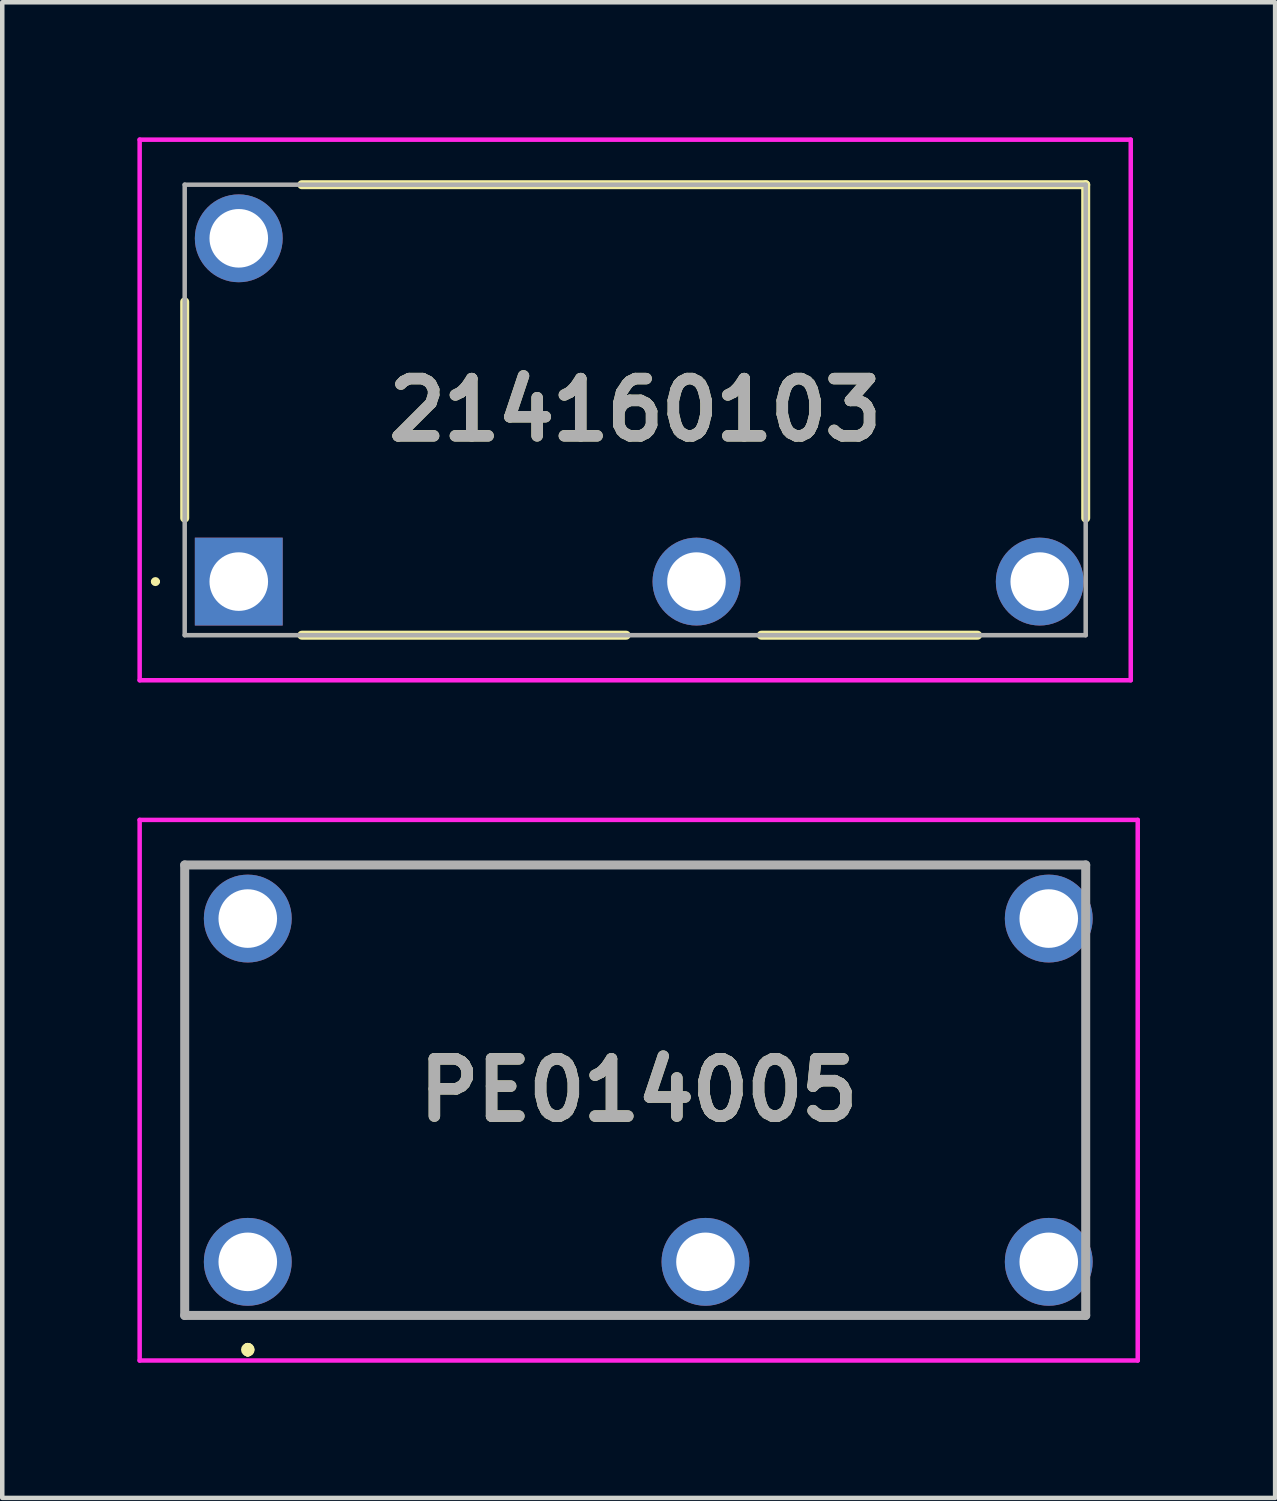
<source format=kicad_pcb>
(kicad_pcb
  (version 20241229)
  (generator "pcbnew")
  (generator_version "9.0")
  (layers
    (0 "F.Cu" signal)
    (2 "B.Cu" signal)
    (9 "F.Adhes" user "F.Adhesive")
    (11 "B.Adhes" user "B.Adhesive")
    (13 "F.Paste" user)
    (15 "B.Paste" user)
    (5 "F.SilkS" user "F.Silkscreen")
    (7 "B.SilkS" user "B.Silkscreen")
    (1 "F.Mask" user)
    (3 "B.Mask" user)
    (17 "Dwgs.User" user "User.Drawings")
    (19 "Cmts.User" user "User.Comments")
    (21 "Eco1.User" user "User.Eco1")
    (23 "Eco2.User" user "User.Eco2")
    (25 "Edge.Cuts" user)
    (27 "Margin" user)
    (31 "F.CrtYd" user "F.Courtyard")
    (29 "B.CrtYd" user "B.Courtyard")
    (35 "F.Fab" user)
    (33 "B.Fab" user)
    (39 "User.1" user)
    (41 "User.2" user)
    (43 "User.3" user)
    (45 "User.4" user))
  (footprint "214160103"
    (layer "F.Cu")
    (at 2.25 9.86)
    (property "Reference" "214160103" (at 8.8 -3.81 0) (layer "F.SilkS") (effects (font (size 1.27 1.27) (thickness 0.254))))
    (attr through_hole)
    (fp_line (start -1.9 0) (end -1.9 0) (stroke (width 0.1) (type solid)) (layer "F.SilkS"))
    (fp_line (start -1.8 0) (end -1.8 0) (stroke (width 0.1) (type solid)) (layer "F.SilkS"))
    (fp_line (start -1.2 -6.21) (end -1.2 -1.41) (stroke (width 0.2) (type solid)) (layer "F.SilkS"))
    (fp_line (start 1.4 1.19) (end 8.6 1.19) (stroke (width 0.2) (type solid)) (layer "F.SilkS"))
    (fp_line (start 11.6 1.19) (end 16.4 1.19) (stroke (width 0.2) (type solid)) (layer "F.SilkS"))
    (fp_line (start 18.8 -8.81) (end 1.4 -8.81) (stroke (width 0.2) (type solid)) (layer "F.SilkS"))
    (fp_line (start 18.8 -1.41) (end 18.8 -8.81) (stroke (width 0.2) (type solid)) (layer "F.SilkS"))
    (fp_arc (start -1.9 0) (mid -1.85 -0.05) (end -1.8 0) (stroke (width 0.1) (type solid)) (layer "F.SilkS"))
    (fp_arc (start -1.8 0) (mid -1.85 0.05) (end -1.9 0) (stroke (width 0.1) (type solid)) (layer "F.SilkS"))
    (fp_line (start -2.2 -9.81) (end -2.2 2.19) (stroke (width 0.1) (type solid)) (layer "F.CrtYd"))
    (fp_line (start -2.2 2.19) (end 19.8 2.19) (stroke (width 0.1) (type solid)) (layer "F.CrtYd"))
    (fp_line (start 19.8 -9.81) (end -2.2 -9.81) (stroke (width 0.1) (type solid)) (layer "F.CrtYd"))
    (fp_line (start 19.8 2.19) (end 19.8 -9.81) (stroke (width 0.1) (type solid)) (layer "F.CrtYd"))
    (fp_line (start -1.2 -8.81) (end 18.8 -8.81) (stroke (width 0.1) (type solid)) (layer "F.Fab"))
    (fp_line (start -1.2 1.19) (end -1.2 -8.81) (stroke (width 0.1) (type solid)) (layer "F.Fab"))
    (fp_line (start 18.8 -8.81) (end 18.8 1.19) (stroke (width 0.1) (type solid)) (layer "F.Fab"))
    (fp_line (start 18.8 1.19) (end -1.2 1.19) (stroke (width 0.1) (type solid)) (layer "F.Fab"))
    (fp_text user "${REFERENCE}" (at 8.8 -3.81 0) (layer "F.Fab") (effects (font (size 1.27 1.27) (thickness 0.254))))
    (pad "11" thru_hole circle (at 17.78 0) (size 1.95 1.95) (drill 1.3) (layers "*.Cu" "*.Mask"))
    (pad "14" thru_hole circle (at 10.16 0) (size 1.95 1.95) (drill 1.3) (layers "*.Cu" "*.Mask"))
    (pad "A1" thru_hole rect (at 0 0) (size 1.95 1.95) (drill 1.3) (layers "*.Cu" "*.Mask"))
    (pad "A2" thru_hole circle (at 0 -7.62) (size 1.95 1.95) (drill 1.3) (layers "*.Cu" "*.Mask")))
  (footprint "PE014005"
    (layer "F.Cu")
    (at 2.45 24.96)
    (property "Reference" "PE014005" (at 8.678 -3.81 0) (layer "F.SilkS") (effects (font (size 1.27 1.27) (thickness 0.254))))
    (attr through_hole)
    (fp_line (start -1.4 -6.06) (end -1.4 -6.06) (stroke (width 0.1) (type solid)) (layer "F.SilkS"))
    (fp_line (start -1.4 -6.06) (end -1.4 1.19) (stroke (width 0.1) (type solid)) (layer "F.SilkS"))
    (fp_line (start -1.4 1.19) (end -1.4 -6.06) (stroke (width 0.1) (type solid)) (layer "F.SilkS"))
    (fp_line (start -1.4 1.19) (end -1.4 1.19) (stroke (width 0.1) (type solid)) (layer "F.SilkS"))
    (fp_line (start 0 1.9) (end 0 1.9) (stroke (width 0.2) (type solid)) (layer "F.SilkS"))
    (fp_line (start 0 2) (end 0 2) (stroke (width 0.2) (type solid)) (layer "F.SilkS"))
    (fp_line (start 0 2) (end 0 2) (stroke (width 0.2) (type solid)) (layer "F.SilkS"))
    (fp_line (start 1.5 -8.81) (end 1.5 -8.81) (stroke (width 0.1) (type solid)) (layer "F.SilkS"))
    (fp_line (start 1.5 -8.81) (end 16.25 -8.81) (stroke (width 0.1) (type solid)) (layer "F.SilkS"))
    (fp_line (start 1.5 1.19) (end 1.5 1.19) (stroke (width 0.1) (type solid)) (layer "F.SilkS"))
    (fp_line (start 1.5 1.19) (end 8.5 1.19) (stroke (width 0.1) (type solid)) (layer "F.SilkS"))
    (fp_line (start 8.5 1.19) (end 1.5 1.19) (stroke (width 0.1) (type solid)) (layer "F.SilkS"))
    (fp_line (start 8.5 1.19) (end 8.5 1.19) (stroke (width 0.1) (type solid)) (layer "F.SilkS"))
    (fp_line (start 11.75 1.19) (end 11.75 1.19) (stroke (width 0.1) (type solid)) (layer "F.SilkS"))
    (fp_line (start 11.75 1.19) (end 16.25 1.19) (stroke (width 0.1) (type solid)) (layer "F.SilkS"))
    (fp_line (start 16.25 -8.81) (end 1.5 -8.81) (stroke (width 0.1) (type solid)) (layer "F.SilkS"))
    (fp_line (start 16.25 -8.81) (end 16.25 -8.81) (stroke (width 0.1) (type solid)) (layer "F.SilkS"))
    (fp_line (start 16.25 1.19) (end 11.75 1.19) (stroke (width 0.1) (type solid)) (layer "F.SilkS"))
    (fp_line (start 16.25 1.19) (end 16.25 1.19) (stroke (width 0.1) (type solid)) (layer "F.SilkS"))
    (fp_line (start 18.6 -6.06) (end 18.6 -6.06) (stroke (width 0.1) (type solid)) (layer "F.SilkS"))
    (fp_line (start 18.6 -6.06) (end 18.6 -1.56) (stroke (width 0.1) (type solid)) (layer "F.SilkS"))
    (fp_line (start 18.6 -1.56) (end 18.6 -6.06) (stroke (width 0.1) (type solid)) (layer "F.SilkS"))
    (fp_line (start 18.6 -1.56) (end 18.6 -1.56) (stroke (width 0.1) (type solid)) (layer "F.SilkS"))
    (fp_arc (start 0 1.9) (mid 0.05 1.95) (end 0 2) (stroke (width 0.2) (type solid)) (layer "F.SilkS"))
    (fp_arc (start 0 1.9) (mid 0.05 1.95) (end 0 2) (stroke (width 0.2) (type solid)) (layer "F.SilkS"))
    (fp_arc (start 0 2) (mid -0.05 1.95) (end 0 1.9) (stroke (width 0.2) (type solid)) (layer "F.SilkS"))
    (fp_line (start -2.4 -9.81) (end -2.4 2.19) (stroke (width 0.1) (type solid)) (layer "F.CrtYd"))
    (fp_line (start -2.4 2.19) (end 19.755 2.19) (stroke (width 0.1) (type solid)) (layer "F.CrtYd"))
    (fp_line (start 19.755 -9.81) (end -2.4 -9.81) (stroke (width 0.1) (type solid)) (layer "F.CrtYd"))
    (fp_line (start 19.755 2.19) (end 19.755 -9.81) (stroke (width 0.1) (type solid)) (layer "F.CrtYd"))
    (fp_line (start -1.4 -8.81) (end 18.6 -8.81) (stroke (width 0.2) (type solid)) (layer "F.Fab"))
    (fp_line (start -1.4 1.19) (end -1.4 -8.81) (stroke (width 0.2) (type solid)) (layer "F.Fab"))
    (fp_line (start 18.6 -8.81) (end 18.6 1.19) (stroke (width 0.2) (type solid)) (layer "F.Fab"))
    (fp_line (start 18.6 1.19) (end -1.4 1.19) (stroke (width 0.2) (type solid)) (layer "F.Fab"))
    (fp_text user "${REFERENCE}" (at 8.678 -3.81 0) (layer "F.Fab") (effects (font (size 1.27 1.27) (thickness 0.254))))
    (pad "11" thru_hole circle (at 10.16 0) (size 1.95 1.95) (drill 1.3) (layers "*.Cu" "*.Mask"))
    (pad "12" thru_hole circle (at 17.78 -7.62) (size 1.95 1.95) (drill 1.3) (layers "*.Cu" "*.Mask"))
    (pad "14" thru_hole circle (at 17.78 0) (size 1.95 1.95) (drill 1.3) (layers "*.Cu" "*.Mask"))
    (pad "A1" thru_hole circle (at 0 0) (size 1.95 1.95) (drill 1.3) (layers "*.Cu" "*.Mask"))
    (pad "A2" thru_hole circle (at 0 -7.62) (size 1.95 1.95) (drill 1.3) (layers "*.Cu" "*.Mask")))
  (gr_rect
    (start -3 -3)
    (end 25.255 30.2)
    (stroke (width 0.1) (type default))
    (fill no)
    (layer "Edge.Cuts")))
</source>
